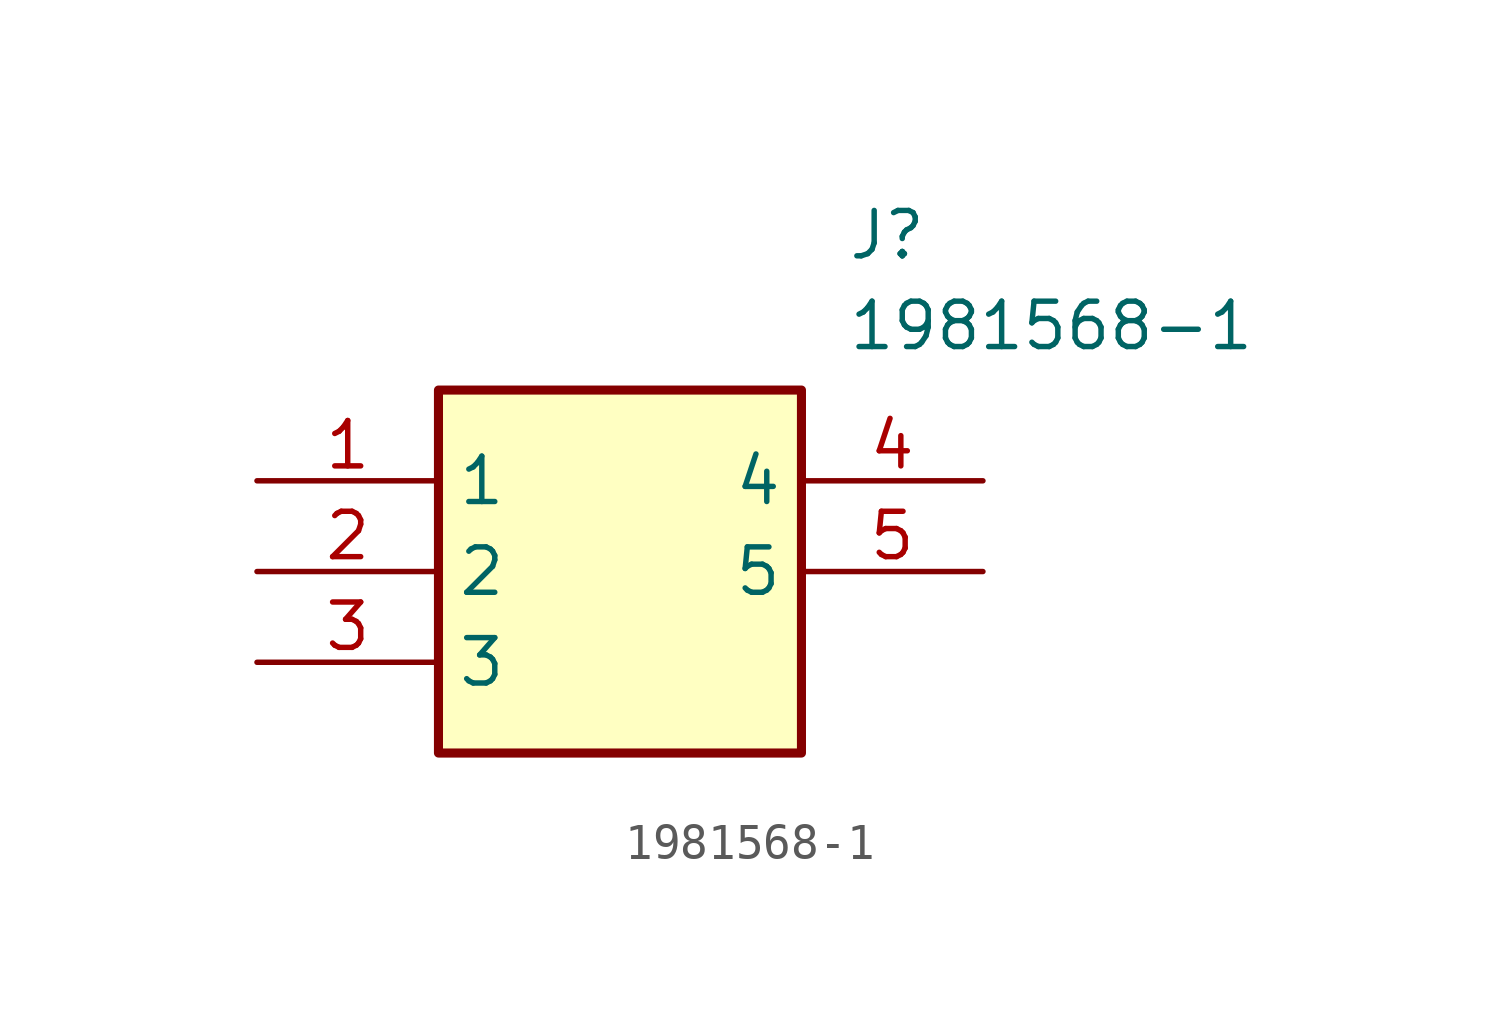
<source format=kicad_sym>
(kicad_symbol_lib
  (version 20211014)
  (generator SamacSys_ECAD_Model)
  (symbol "1981568-1"
    (property "Reference" "J"
      (at 16.51 7.62 0)
      (effects (font (size 1.27 1.27)) (justify left top)))
    (property "Value" "1981568-1"
      (at 16.51 5.08 0)
      (effects (font (size 1.27 1.27)) (justify left top)))
    (rectangle
      (start 5.08 2.54)
      (end 15.24 -7.62)
      (stroke (width 0.254) (type default))
      (fill (type background)))
    (pin passive line
      (at 0 0 0)
      (length 5.08)
      (name "1" (effects (font (size 1.27 1.27))))
      (number "1" (effects (font (size 1.27 1.27)))))
    (pin passive line
      (at 0 -2.54 0)
      (length 5.08)
      (name "2" (effects (font (size 1.27 1.27))))
      (number "2" (effects (font (size 1.27 1.27)))))
    (pin passive line
      (at 0 -5.08 0)
      (length 5.08)
      (name "3" (effects (font (size 1.27 1.27))))
      (number "3" (effects (font (size 1.27 1.27)))))
    (pin passive line
      (at 20.32 0 180)
      (length 5.08)
      (name "4" (effects (font (size 1.27 1.27))))
      (number "4" (effects (font (size 1.27 1.27)))))
    (pin passive line
      (at 20.32 -2.54 180)
      (length 5.08)
      (name "5" (effects (font (size 1.27 1.27))))
      (number "5" (effects (font (size 1.27 1.27)))))))
</source>
